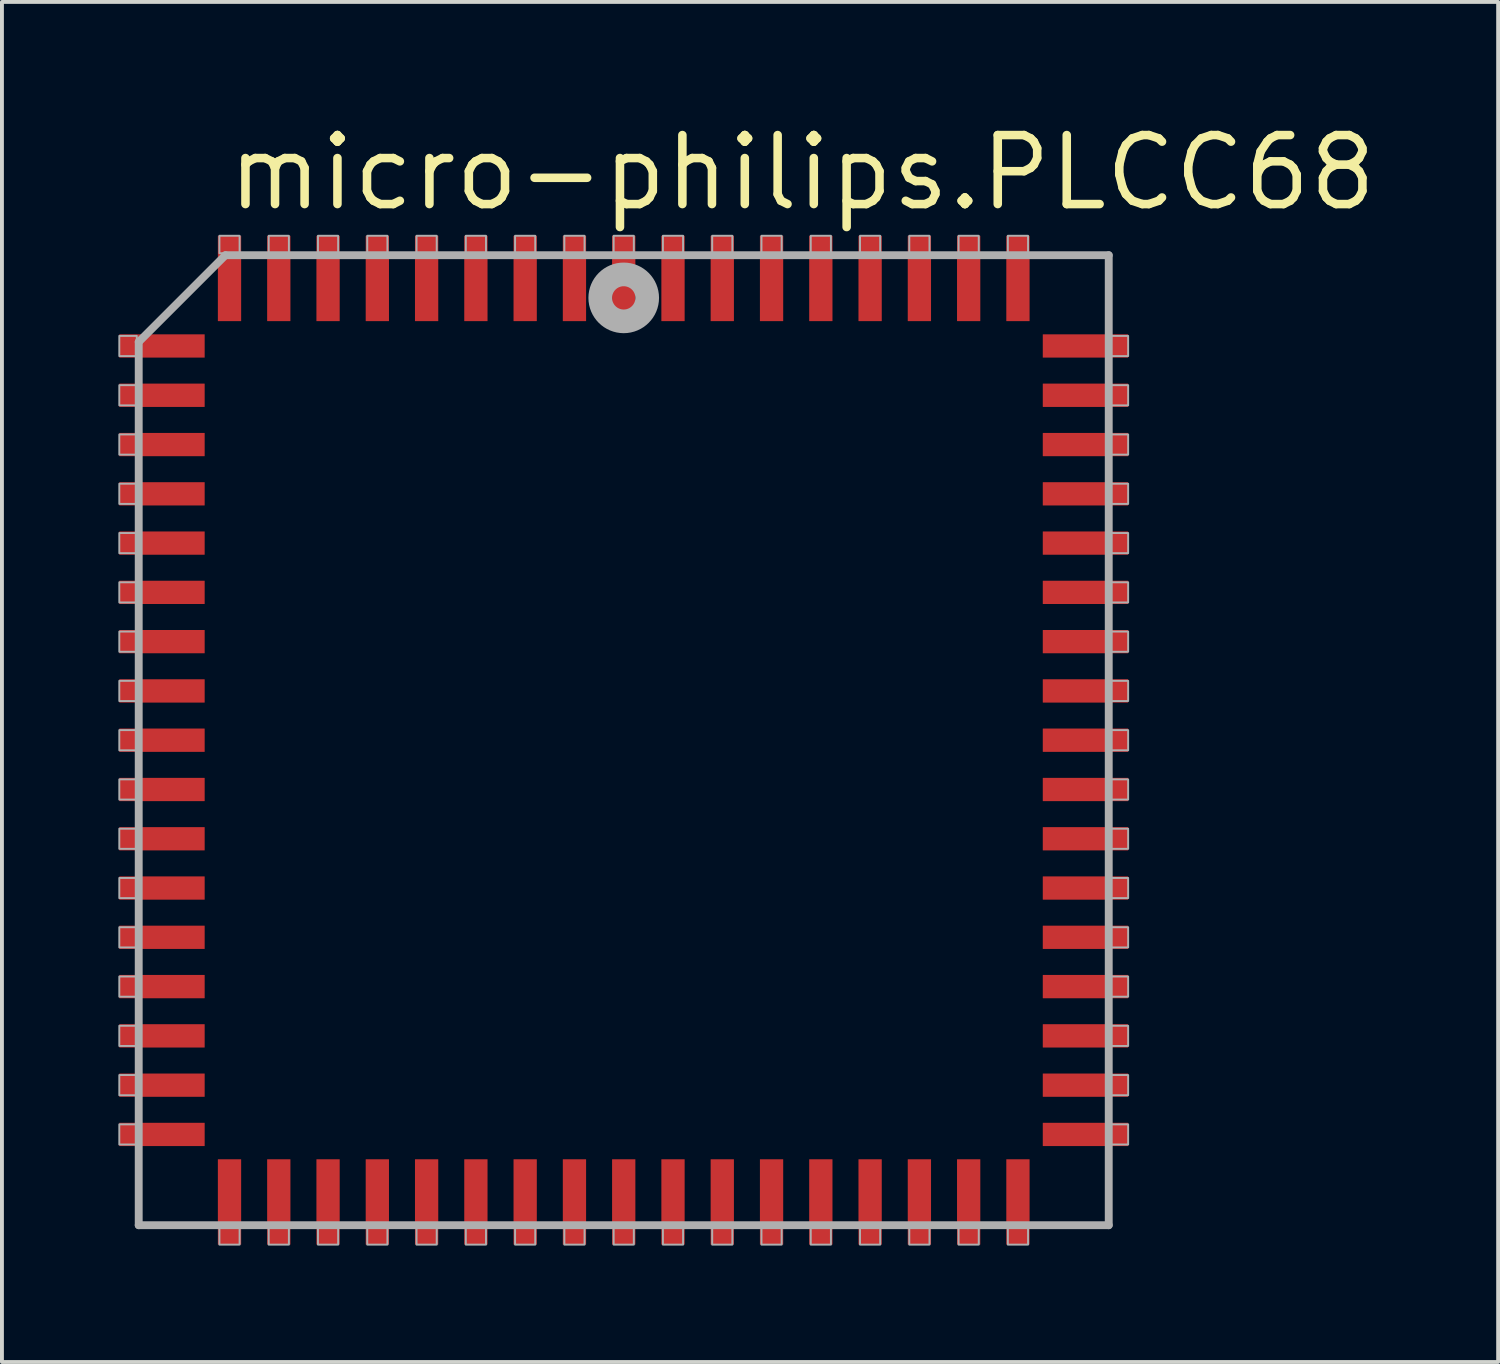
<source format=kicad_pcb>
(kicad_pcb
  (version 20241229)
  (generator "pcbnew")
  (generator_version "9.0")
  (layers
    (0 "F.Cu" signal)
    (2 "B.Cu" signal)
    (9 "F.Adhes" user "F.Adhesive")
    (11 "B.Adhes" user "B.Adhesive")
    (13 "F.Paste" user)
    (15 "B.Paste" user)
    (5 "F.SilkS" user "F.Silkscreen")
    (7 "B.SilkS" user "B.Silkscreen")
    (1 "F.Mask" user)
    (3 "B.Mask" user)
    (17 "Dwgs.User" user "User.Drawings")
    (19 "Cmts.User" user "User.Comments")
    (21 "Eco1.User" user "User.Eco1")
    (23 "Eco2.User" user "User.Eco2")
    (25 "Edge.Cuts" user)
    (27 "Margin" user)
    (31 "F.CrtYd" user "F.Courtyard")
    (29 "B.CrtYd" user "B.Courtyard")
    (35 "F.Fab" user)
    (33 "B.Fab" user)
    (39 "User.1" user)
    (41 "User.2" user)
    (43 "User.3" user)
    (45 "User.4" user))
  (footprint "micro-philips.PLCC68"
    (layer "F.Cu")
    (at 13.025 16.027)
    (property "Reference" "micro-philips.PLCC68" (at -10.317 -13.589 0) (layer "F.SilkS") (effects (font (size 1.778 1.778) (thickness 0.22)) (justify left bottom)))
    (attr smd)
    (fp_line (start -12.5 -10.265) (end -12.5 12.5) (stroke (width 0.203) (type default)) (layer "F.Fab"))
    (fp_line (start -12.5 12.5) (end 12.5 12.5) (stroke (width 0.203) (type default)) (layer "F.Fab"))
    (fp_line (start -10.265 -12.5) (end -12.5 -10.265) (stroke (width 0.203) (type default)) (layer "F.Fab"))
    (fp_line (start 12.5 -12.5) (end -10.265 -12.5) (stroke (width 0.203) (type default)) (layer "F.Fab"))
    (fp_line (start 12.5 12.5) (end 12.5 -12.5) (stroke (width 0.203) (type default)) (layer "F.Fab"))
    (fp_rect (start -13 -9.9) (end -12.55 -10.42) (stroke (width 0.05) (type default)) (fill no) (layer "F.Fab"))
    (fp_rect (start -13 -8.63) (end -12.55 -9.15) (stroke (width 0.05) (type default)) (fill no) (layer "F.Fab"))
    (fp_rect (start -13 -7.36) (end -12.55 -7.88) (stroke (width 0.05) (type default)) (fill no) (layer "F.Fab"))
    (fp_rect (start -13 -6.09) (end -12.55 -6.61) (stroke (width 0.05) (type default)) (fill no) (layer "F.Fab"))
    (fp_rect (start -13 -4.82) (end -12.55 -5.34) (stroke (width 0.05) (type default)) (fill no) (layer "F.Fab"))
    (fp_rect (start -13 -3.55) (end -12.55 -4.07) (stroke (width 0.05) (type default)) (fill no) (layer "F.Fab"))
    (fp_rect (start -13 -2.28) (end -12.55 -2.8) (stroke (width 0.05) (type default)) (fill no) (layer "F.Fab"))
    (fp_rect (start -13 -1.01) (end -12.55 -1.53) (stroke (width 0.05) (type default)) (fill no) (layer "F.Fab"))
    (fp_rect (start -13 0.26) (end -12.55 -0.26) (stroke (width 0.05) (type default)) (fill no) (layer "F.Fab"))
    (fp_rect (start -13 1.53) (end -12.55 1.01) (stroke (width 0.05) (type default)) (fill no) (layer "F.Fab"))
    (fp_rect (start -13 2.8) (end -12.55 2.28) (stroke (width 0.05) (type default)) (fill no) (layer "F.Fab"))
    (fp_rect (start -13 4.07) (end -12.55 3.55) (stroke (width 0.05) (type default)) (fill no) (layer "F.Fab"))
    (fp_rect (start -13 5.34) (end -12.55 4.82) (stroke (width 0.05) (type default)) (fill no) (layer "F.Fab"))
    (fp_rect (start -13 6.61) (end -12.55 6.09) (stroke (width 0.05) (type default)) (fill no) (layer "F.Fab"))
    (fp_rect (start -13 7.88) (end -12.55 7.36) (stroke (width 0.05) (type default)) (fill no) (layer "F.Fab"))
    (fp_rect (start -13 9.15) (end -12.55 8.63) (stroke (width 0.05) (type default)) (fill no) (layer "F.Fab"))
    (fp_rect (start -13 10.42) (end -12.55 9.9) (stroke (width 0.05) (type default)) (fill no) (layer "F.Fab"))
    (fp_rect (start -10.42 -12.55) (end -9.9 -13) (stroke (width 0.05) (type default)) (fill no) (layer "F.Fab"))
    (fp_rect (start -10.42 13) (end -9.9 12.55) (stroke (width 0.05) (type default)) (fill no) (layer "F.Fab"))
    (fp_rect (start -9.15 -12.55) (end -8.63 -13) (stroke (width 0.05) (type default)) (fill no) (layer "F.Fab"))
    (fp_rect (start -9.15 13) (end -8.63 12.55) (stroke (width 0.05) (type default)) (fill no) (layer "F.Fab"))
    (fp_rect (start -7.88 -12.55) (end -7.36 -13) (stroke (width 0.05) (type default)) (fill no) (layer "F.Fab"))
    (fp_rect (start -7.88 13) (end -7.36 12.55) (stroke (width 0.05) (type default)) (fill no) (layer "F.Fab"))
    (fp_rect (start -6.61 -12.55) (end -6.09 -13) (stroke (width 0.05) (type default)) (fill no) (layer "F.Fab"))
    (fp_rect (start -6.61 13) (end -6.09 12.55) (stroke (width 0.05) (type default)) (fill no) (layer "F.Fab"))
    (fp_rect (start -5.34 -12.55) (end -4.82 -13) (stroke (width 0.05) (type default)) (fill no) (layer "F.Fab"))
    (fp_rect (start -5.34 13) (end -4.82 12.55) (stroke (width 0.05) (type default)) (fill no) (layer "F.Fab"))
    (fp_rect (start -4.07 -12.55) (end -3.55 -13) (stroke (width 0.05) (type default)) (fill no) (layer "F.Fab"))
    (fp_rect (start -4.07 13) (end -3.55 12.55) (stroke (width 0.05) (type default)) (fill no) (layer "F.Fab"))
    (fp_rect (start -2.8 -12.55) (end -2.28 -13) (stroke (width 0.05) (type default)) (fill no) (layer "F.Fab"))
    (fp_rect (start -2.8 13) (end -2.28 12.55) (stroke (width 0.05) (type default)) (fill no) (layer "F.Fab"))
    (fp_rect (start -1.53 -12.55) (end -1.01 -13) (stroke (width 0.05) (type default)) (fill no) (layer "F.Fab"))
    (fp_rect (start -1.53 13) (end -1.01 12.55) (stroke (width 0.05) (type default)) (fill no) (layer "F.Fab"))
    (fp_rect (start -0.26 -12.55) (end 0.26 -13) (stroke (width 0.05) (type default)) (fill no) (layer "F.Fab"))
    (fp_rect (start -0.26 13) (end 0.26 12.55) (stroke (width 0.05) (type default)) (fill no) (layer "F.Fab"))
    (fp_rect (start 1.01 -12.55) (end 1.53 -13) (stroke (width 0.05) (type default)) (fill no) (layer "F.Fab"))
    (fp_rect (start 1.01 13) (end 1.53 12.55) (stroke (width 0.05) (type default)) (fill no) (layer "F.Fab"))
    (fp_rect (start 2.28 -12.55) (end 2.8 -13) (stroke (width 0.05) (type default)) (fill no) (layer "F.Fab"))
    (fp_rect (start 2.28 13) (end 2.8 12.55) (stroke (width 0.05) (type default)) (fill no) (layer "F.Fab"))
    (fp_rect (start 3.55 -12.55) (end 4.07 -13) (stroke (width 0.05) (type default)) (fill no) (layer "F.Fab"))
    (fp_rect (start 3.55 13) (end 4.07 12.55) (stroke (width 0.05) (type default)) (fill no) (layer "F.Fab"))
    (fp_rect (start 4.82 -12.55) (end 5.34 -13) (stroke (width 0.05) (type default)) (fill no) (layer "F.Fab"))
    (fp_rect (start 4.82 13) (end 5.34 12.55) (stroke (width 0.05) (type default)) (fill no) (layer "F.Fab"))
    (fp_rect (start 6.09 -12.55) (end 6.61 -13) (stroke (width 0.05) (type default)) (fill no) (layer "F.Fab"))
    (fp_rect (start 6.09 13) (end 6.61 12.55) (stroke (width 0.05) (type default)) (fill no) (layer "F.Fab"))
    (fp_rect (start 7.36 -12.55) (end 7.88 -13) (stroke (width 0.05) (type default)) (fill no) (layer "F.Fab"))
    (fp_rect (start 7.36 13) (end 7.88 12.55) (stroke (width 0.05) (type default)) (fill no) (layer "F.Fab"))
    (fp_rect (start 8.63 -12.55) (end 9.15 -13) (stroke (width 0.05) (type default)) (fill no) (layer "F.Fab"))
    (fp_rect (start 8.63 13) (end 9.15 12.55) (stroke (width 0.05) (type default)) (fill no) (layer "F.Fab"))
    (fp_rect (start 9.9 -12.55) (end 10.42 -13) (stroke (width 0.05) (type default)) (fill no) (layer "F.Fab"))
    (fp_rect (start 9.9 13) (end 10.42 12.55) (stroke (width 0.05) (type default)) (fill no) (layer "F.Fab"))
    (fp_rect (start 12.55 -9.9) (end 13 -10.42) (stroke (width 0.05) (type default)) (fill no) (layer "F.Fab"))
    (fp_rect (start 12.55 -8.63) (end 13 -9.15) (stroke (width 0.05) (type default)) (fill no) (layer "F.Fab"))
    (fp_rect (start 12.55 -7.36) (end 13 -7.88) (stroke (width 0.05) (type default)) (fill no) (layer "F.Fab"))
    (fp_rect (start 12.55 -6.09) (end 13 -6.61) (stroke (width 0.05) (type default)) (fill no) (layer "F.Fab"))
    (fp_rect (start 12.55 -4.82) (end 13 -5.34) (stroke (width 0.05) (type default)) (fill no) (layer "F.Fab"))
    (fp_rect (start 12.55 -3.55) (end 13 -4.07) (stroke (width 0.05) (type default)) (fill no) (layer "F.Fab"))
    (fp_rect (start 12.55 -2.28) (end 13 -2.8) (stroke (width 0.05) (type default)) (fill no) (layer "F.Fab"))
    (fp_rect (start 12.55 -1.01) (end 13 -1.53) (stroke (width 0.05) (type default)) (fill no) (layer "F.Fab"))
    (fp_rect (start 12.55 0.26) (end 13 -0.26) (stroke (width 0.05) (type default)) (fill no) (layer "F.Fab"))
    (fp_rect (start 12.55 1.53) (end 13 1.01) (stroke (width 0.05) (type default)) (fill no) (layer "F.Fab"))
    (fp_rect (start 12.55 2.8) (end 13 2.28) (stroke (width 0.05) (type default)) (fill no) (layer "F.Fab"))
    (fp_rect (start 12.55 4.07) (end 13 3.55) (stroke (width 0.05) (type default)) (fill no) (layer "F.Fab"))
    (fp_rect (start 12.55 5.34) (end 13 4.82) (stroke (width 0.05) (type default)) (fill no) (layer "F.Fab"))
    (fp_rect (start 12.55 6.61) (end 13 6.09) (stroke (width 0.05) (type default)) (fill no) (layer "F.Fab"))
    (fp_rect (start 12.55 7.88) (end 13 7.36) (stroke (width 0.05) (type default)) (fill no) (layer "F.Fab"))
    (fp_rect (start 12.55 9.15) (end 13 8.63) (stroke (width 0.05) (type default)) (fill no) (layer "F.Fab"))
    (fp_rect (start 12.55 10.42) (end 13 9.9) (stroke (width 0.05) (type default)) (fill no) (layer "F.Fab"))
    (fp_circle (center 0 -11.4) (end 0.3 -11.4) (stroke (width 0.61) (type default)) (fill no) (layer "F.Fab"))
    (pad "1" smd roundrect (at 0 -11.9) (size 0.6 2.2) (layers "F.Cu" "F.Mask" "F.Paste") (roundrect_rratio 0.01))
    (pad "2" smd roundrect (at -1.27 -11.9) (size 0.6 2.2) (layers "F.Cu" "F.Mask" "F.Paste") (roundrect_rratio 0.01))
    (pad "3" smd roundrect (at -2.54 -11.9) (size 0.6 2.2) (layers "F.Cu" "F.Mask" "F.Paste") (roundrect_rratio 0.01))
    (pad "4" smd roundrect (at -3.81 -11.9) (size 0.6 2.2) (layers "F.Cu" "F.Mask" "F.Paste") (roundrect_rratio 0.01))
    (pad "5" smd roundrect (at -5.08 -11.9) (size 0.6 2.2) (layers "F.Cu" "F.Mask" "F.Paste") (roundrect_rratio 0.01))
    (pad "6" smd roundrect (at -6.35 -11.9) (size 0.6 2.2) (layers "F.Cu" "F.Mask" "F.Paste") (roundrect_rratio 0.01))
    (pad "7" smd roundrect (at -7.62 -11.9) (size 0.6 2.2) (layers "F.Cu" "F.Mask" "F.Paste") (roundrect_rratio 0.01))
    (pad "8" smd roundrect (at -8.89 -11.9) (size 0.6 2.2) (layers "F.Cu" "F.Mask" "F.Paste") (roundrect_rratio 0.01))
    (pad "9" smd roundrect (at -10.16 -11.9) (size 0.6 2.2) (layers "F.Cu" "F.Mask" "F.Paste") (roundrect_rratio 0.01))
    (pad "10" smd roundrect (at -11.9 -10.16) (size 2.2 0.6) (layers "F.Cu" "F.Mask" "F.Paste") (roundrect_rratio 0.01))
    (pad "11" smd roundrect (at -11.9 -8.89) (size 2.2 0.6) (layers "F.Cu" "F.Mask" "F.Paste") (roundrect_rratio 0.01))
    (pad "12" smd roundrect (at -11.9 -7.62) (size 2.2 0.6) (layers "F.Cu" "F.Mask" "F.Paste") (roundrect_rratio 0.01))
    (pad "13" smd roundrect (at -11.9 -6.35) (size 2.2 0.6) (layers "F.Cu" "F.Mask" "F.Paste") (roundrect_rratio 0.01))
    (pad "14" smd roundrect (at -11.9 -5.08) (size 2.2 0.6) (layers "F.Cu" "F.Mask" "F.Paste") (roundrect_rratio 0.01))
    (pad "15" smd roundrect (at -11.9 -3.81) (size 2.2 0.6) (layers "F.Cu" "F.Mask" "F.Paste") (roundrect_rratio 0.01))
    (pad "16" smd roundrect (at -11.9 -2.54) (size 2.2 0.6) (layers "F.Cu" "F.Mask" "F.Paste") (roundrect_rratio 0.01))
    (pad "17" smd roundrect (at -11.9 -1.27) (size 2.2 0.6) (layers "F.Cu" "F.Mask" "F.Paste") (roundrect_rratio 0.01))
    (pad "18" smd roundrect (at -11.9 0) (size 2.2 0.6) (layers "F.Cu" "F.Mask" "F.Paste") (roundrect_rratio 0.01))
    (pad "19" smd roundrect (at -11.9 1.27) (size 2.2 0.6) (layers "F.Cu" "F.Mask" "F.Paste") (roundrect_rratio 0.01))
    (pad "20" smd roundrect (at -11.9 2.54) (size 2.2 0.6) (layers "F.Cu" "F.Mask" "F.Paste") (roundrect_rratio 0.01))
    (pad "21" smd roundrect (at -11.9 3.81) (size 2.2 0.6) (layers "F.Cu" "F.Mask" "F.Paste") (roundrect_rratio 0.01))
    (pad "22" smd roundrect (at -11.9 5.08) (size 2.2 0.6) (layers "F.Cu" "F.Mask" "F.Paste") (roundrect_rratio 0.01))
    (pad "23" smd roundrect (at -11.9 6.35) (size 2.2 0.6) (layers "F.Cu" "F.Mask" "F.Paste") (roundrect_rratio 0.01))
    (pad "24" smd roundrect (at -11.9 7.62) (size 2.2 0.6) (layers "F.Cu" "F.Mask" "F.Paste") (roundrect_rratio 0.01))
    (pad "25" smd roundrect (at -11.9 8.89) (size 2.2 0.6) (layers "F.Cu" "F.Mask" "F.Paste") (roundrect_rratio 0.01))
    (pad "26" smd roundrect (at -11.9 10.16) (size 2.2 0.6) (layers "F.Cu" "F.Mask" "F.Paste") (roundrect_rratio 0.01))
    (pad "27" smd roundrect (at -10.16 11.9) (size 0.6 2.2) (layers "F.Cu" "F.Mask" "F.Paste") (roundrect_rratio 0.01))
    (pad "28" smd roundrect (at -8.89 11.9) (size 0.6 2.2) (layers "F.Cu" "F.Mask" "F.Paste") (roundrect_rratio 0.01))
    (pad "29" smd roundrect (at -7.62 11.9) (size 0.6 2.2) (layers "F.Cu" "F.Mask" "F.Paste") (roundrect_rratio 0.01))
    (pad "30" smd roundrect (at -6.35 11.9) (size 0.6 2.2) (layers "F.Cu" "F.Mask" "F.Paste") (roundrect_rratio 0.01))
    (pad "31" smd roundrect (at -5.08 11.9) (size 0.6 2.2) (layers "F.Cu" "F.Mask" "F.Paste") (roundrect_rratio 0.01))
    (pad "32" smd roundrect (at -3.81 11.9) (size 0.6 2.2) (layers "F.Cu" "F.Mask" "F.Paste") (roundrect_rratio 0.01))
    (pad "33" smd roundrect (at -2.54 11.9) (size 0.6 2.2) (layers "F.Cu" "F.Mask" "F.Paste") (roundrect_rratio 0.01))
    (pad "34" smd roundrect (at -1.27 11.9) (size 0.6 2.2) (layers "F.Cu" "F.Mask" "F.Paste") (roundrect_rratio 0.01))
    (pad "35" smd roundrect (at 0 11.9) (size 0.6 2.2) (layers "F.Cu" "F.Mask" "F.Paste") (roundrect_rratio 0.01))
    (pad "36" smd roundrect (at 1.27 11.9) (size 0.6 2.2) (layers "F.Cu" "F.Mask" "F.Paste") (roundrect_rratio 0.01))
    (pad "37" smd roundrect (at 2.54 11.9) (size 0.6 2.2) (layers "F.Cu" "F.Mask" "F.Paste") (roundrect_rratio 0.01))
    (pad "38" smd roundrect (at 3.81 11.9) (size 0.6 2.2) (layers "F.Cu" "F.Mask" "F.Paste") (roundrect_rratio 0.01))
    (pad "39" smd roundrect (at 5.08 11.9) (size 0.6 2.2) (layers "F.Cu" "F.Mask" "F.Paste") (roundrect_rratio 0.01))
    (pad "40" smd roundrect (at 6.35 11.9) (size 0.6 2.2) (layers "F.Cu" "F.Mask" "F.Paste") (roundrect_rratio 0.01))
    (pad "41" smd roundrect (at 7.62 11.9) (size 0.6 2.2) (layers "F.Cu" "F.Mask" "F.Paste") (roundrect_rratio 0.01))
    (pad "42" smd roundrect (at 8.89 11.9) (size 0.6 2.2) (layers "F.Cu" "F.Mask" "F.Paste") (roundrect_rratio 0.01))
    (pad "43" smd roundrect (at 10.16 11.9) (size 0.6 2.2) (layers "F.Cu" "F.Mask" "F.Paste") (roundrect_rratio 0.01))
    (pad "44" smd roundrect (at 11.9 10.16) (size 2.2 0.6) (layers "F.Cu" "F.Mask" "F.Paste") (roundrect_rratio 0.01))
    (pad "45" smd roundrect (at 11.9 8.89) (size 2.2 0.6) (layers "F.Cu" "F.Mask" "F.Paste") (roundrect_rratio 0.01))
    (pad "46" smd roundrect (at 11.9 7.62) (size 2.2 0.6) (layers "F.Cu" "F.Mask" "F.Paste") (roundrect_rratio 0.01))
    (pad "47" smd roundrect (at 11.9 6.35) (size 2.2 0.6) (layers "F.Cu" "F.Mask" "F.Paste") (roundrect_rratio 0.01))
    (pad "48" smd roundrect (at 11.9 5.08) (size 2.2 0.6) (layers "F.Cu" "F.Mask" "F.Paste") (roundrect_rratio 0.01))
    (pad "49" smd roundrect (at 11.9 3.81) (size 2.2 0.6) (layers "F.Cu" "F.Mask" "F.Paste") (roundrect_rratio 0.01))
    (pad "50" smd roundrect (at 11.9 2.54) (size 2.2 0.6) (layers "F.Cu" "F.Mask" "F.Paste") (roundrect_rratio 0.01))
    (pad "51" smd roundrect (at 11.9 1.27) (size 2.2 0.6) (layers "F.Cu" "F.Mask" "F.Paste") (roundrect_rratio 0.01))
    (pad "52" smd roundrect (at 11.9 0) (size 2.2 0.6) (layers "F.Cu" "F.Mask" "F.Paste") (roundrect_rratio 0.01))
    (pad "53" smd roundrect (at 11.9 -1.27) (size 2.2 0.6) (layers "F.Cu" "F.Mask" "F.Paste") (roundrect_rratio 0.01))
    (pad "54" smd roundrect (at 11.9 -2.54) (size 2.2 0.6) (layers "F.Cu" "F.Mask" "F.Paste") (roundrect_rratio 0.01))
    (pad "55" smd roundrect (at 11.9 -3.81) (size 2.2 0.6) (layers "F.Cu" "F.Mask" "F.Paste") (roundrect_rratio 0.01))
    (pad "56" smd roundrect (at 11.9 -5.08) (size 2.2 0.6) (layers "F.Cu" "F.Mask" "F.Paste") (roundrect_rratio 0.01))
    (pad "57" smd roundrect (at 11.9 -6.35) (size 2.2 0.6) (layers "F.Cu" "F.Mask" "F.Paste") (roundrect_rratio 0.01))
    (pad "58" smd roundrect (at 11.9 -7.62) (size 2.2 0.6) (layers "F.Cu" "F.Mask" "F.Paste") (roundrect_rratio 0.01))
    (pad "59" smd roundrect (at 11.9 -8.89) (size 2.2 0.6) (layers "F.Cu" "F.Mask" "F.Paste") (roundrect_rratio 0.01))
    (pad "60" smd roundrect (at 11.9 -10.16) (size 2.2 0.6) (layers "F.Cu" "F.Mask" "F.Paste") (roundrect_rratio 0.01))
    (pad "61" smd roundrect (at 10.16 -11.9) (size 0.6 2.2) (layers "F.Cu" "F.Mask" "F.Paste") (roundrect_rratio 0.01))
    (pad "62" smd roundrect (at 8.89 -11.9) (size 0.6 2.2) (layers "F.Cu" "F.Mask" "F.Paste") (roundrect_rratio 0.01))
    (pad "63" smd roundrect (at 7.62 -11.9) (size 0.6 2.2) (layers "F.Cu" "F.Mask" "F.Paste") (roundrect_rratio 0.01))
    (pad "64" smd roundrect (at 6.35 -11.9) (size 0.6 2.2) (layers "F.Cu" "F.Mask" "F.Paste") (roundrect_rratio 0.01))
    (pad "65" smd roundrect (at 5.08 -11.9) (size 0.6 2.2) (layers "F.Cu" "F.Mask" "F.Paste") (roundrect_rratio 0.01))
    (pad "66" smd roundrect (at 3.81 -11.9) (size 0.6 2.2) (layers "F.Cu" "F.Mask" "F.Paste") (roundrect_rratio 0.01))
    (pad "67" smd roundrect (at 2.54 -11.9) (size 0.6 2.2) (layers "F.Cu" "F.Mask" "F.Paste") (roundrect_rratio 0.01))
    (pad "68" smd roundrect (at 1.27 -11.9) (size 0.6 2.2) (layers "F.Cu" "F.Mask" "F.Paste") (roundrect_rratio 0.01)))
  (gr_rect
    (start -3 -3)
    (end 35.561 32.052)
    (stroke (width 0.1) (type default))
    (fill no)
    (layer "Edge.Cuts")))
</source>
